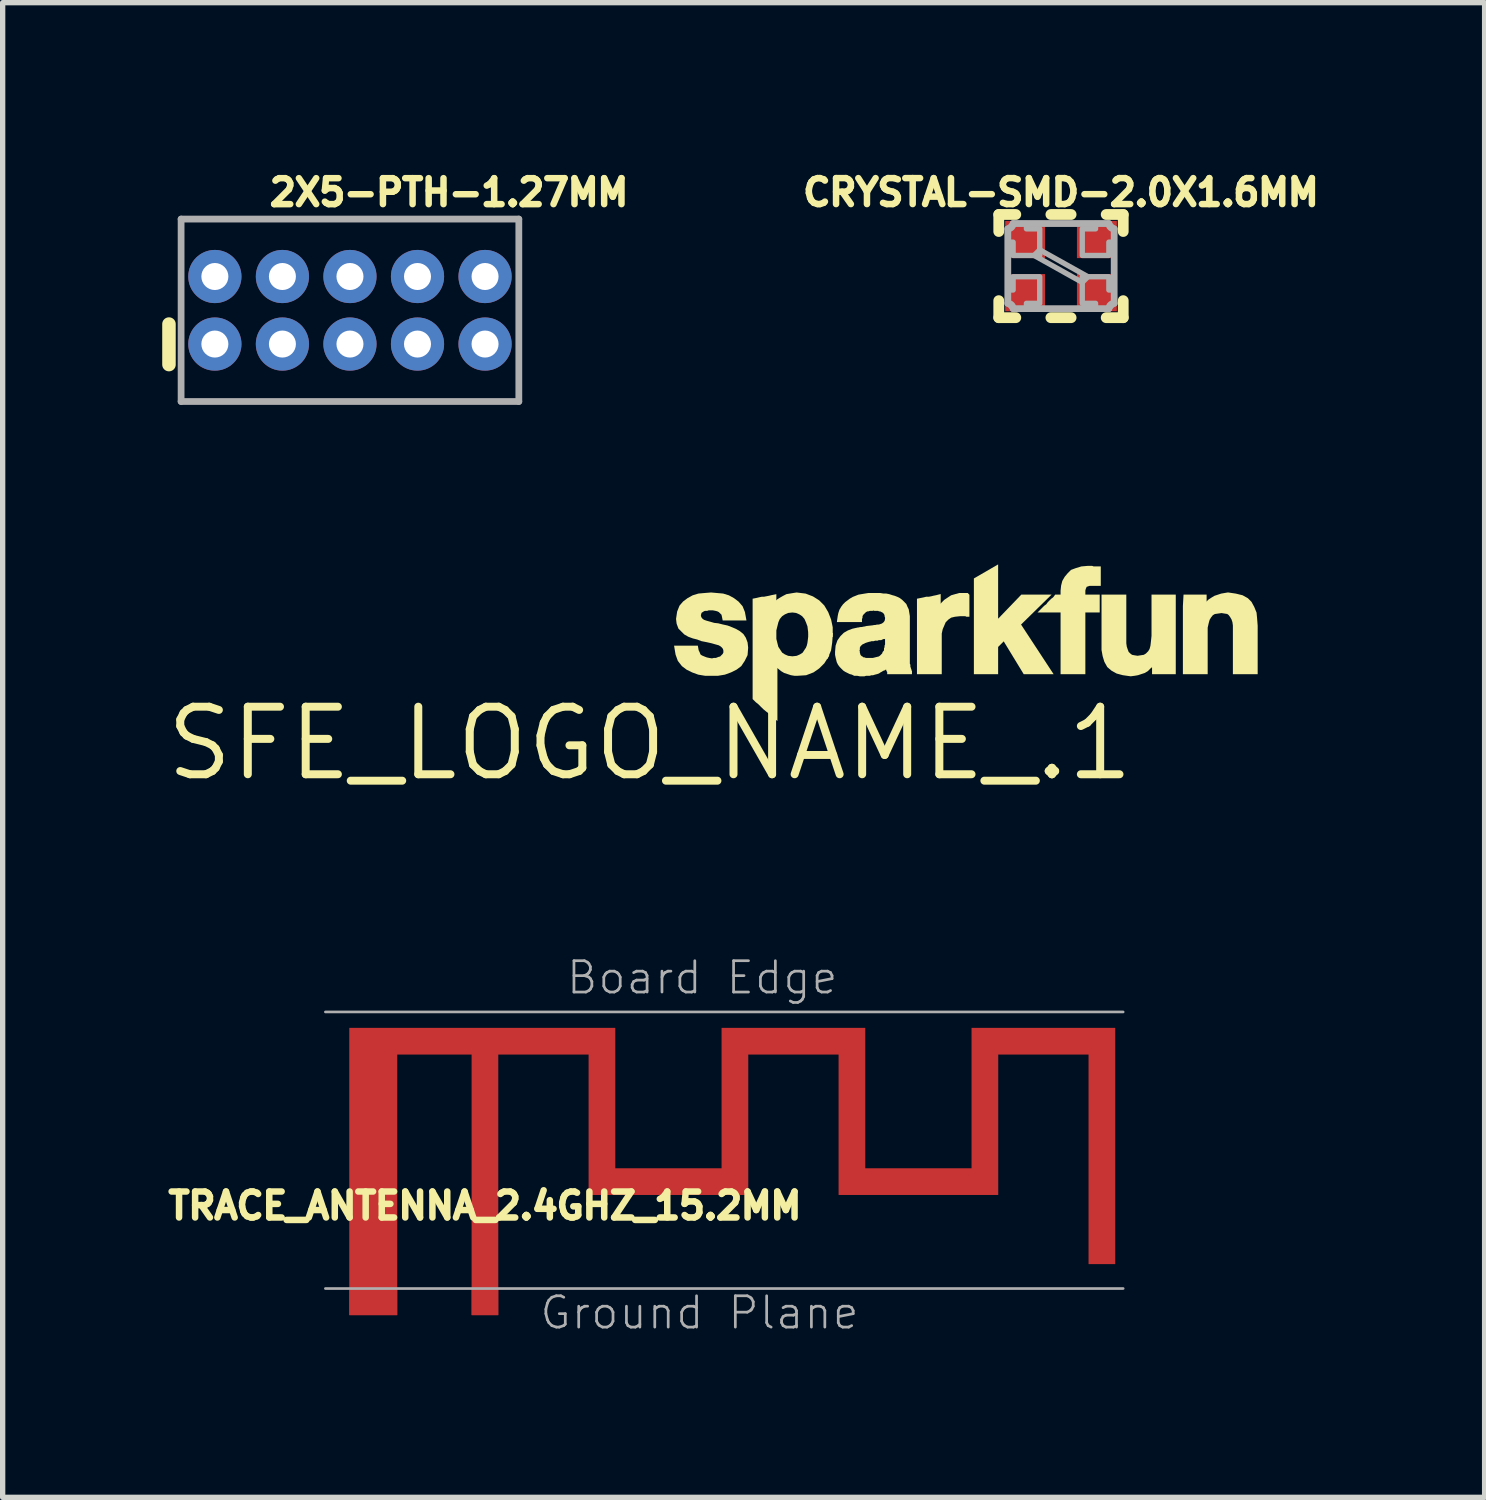
<source format=kicad_pcb>
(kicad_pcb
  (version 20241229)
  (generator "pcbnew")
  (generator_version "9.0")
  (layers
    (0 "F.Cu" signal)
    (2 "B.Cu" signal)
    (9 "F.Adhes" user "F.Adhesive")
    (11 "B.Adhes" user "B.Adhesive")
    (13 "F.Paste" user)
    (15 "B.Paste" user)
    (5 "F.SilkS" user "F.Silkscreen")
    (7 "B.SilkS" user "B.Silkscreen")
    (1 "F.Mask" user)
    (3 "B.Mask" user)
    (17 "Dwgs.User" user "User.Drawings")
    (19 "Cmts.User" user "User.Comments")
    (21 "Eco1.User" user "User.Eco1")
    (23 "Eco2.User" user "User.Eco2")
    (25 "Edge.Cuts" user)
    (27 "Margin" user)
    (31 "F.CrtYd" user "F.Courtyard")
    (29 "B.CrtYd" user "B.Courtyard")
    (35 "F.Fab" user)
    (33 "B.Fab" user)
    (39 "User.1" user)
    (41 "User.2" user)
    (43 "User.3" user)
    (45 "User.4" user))
  (footprint "TRACE_ANTENNA_2.4GHZ_15.2MM"
    (layer "F.Cu")
    (at 6.068 21.177)
    (property "Reference" "TRACE_ANTENNA_2.4GHZ_15.2MM" (at 0 -1.27 0) (layer "F.SilkS") (effects (font (size 0.488 0.488) (thickness 0.122)) (justify bottom)))
    (fp_poly (pts (xy 2.451 -2.261) (xy 4.449 -2.261) (xy 4.449 -4.901) (xy 7.151 -4.901) (xy 7.151 -2.261) (xy 9.149 -2.261) (xy 9.149 -4.901) (xy 11.851 -4.901) (xy 11.851 -0.459) (xy 11.349 -0.459) (xy 11.349 -4.399) (xy 9.651 -4.399) (xy 9.651 -1.759) (xy 6.649 -1.759) (xy 6.649 -4.399) (xy 4.951 -4.399) (xy 4.951 -1.759) (xy 1.949 -1.759) (xy 1.949 -4.399) (xy 0.251 -4.399) (xy 0.251 0.501) (xy -0.251 0.501) (xy -0.251 -4.399) (xy -1.649 -4.399) (xy -1.649 0.501) (xy -2.551 0.501) (xy -2.551 -4.901) (xy 2.451 -4.901)) (stroke (width 0) (type default)) (fill yes) (layer "F.Cu"))
    (fp_line (start -3 -5.2) (end 12 -5.2) (stroke (width 0.05) (type solid)) (layer "F.Fab"))
    (fp_line (start -3 0) (end 12 0) (stroke (width 0.05) (type solid)) (layer "F.Fab"))
    (fp_text user "Board Edge" (at 1.5 -5.5 0) (layer "F.Fab") (effects (font (size 0.589 0.589) (thickness 0.051)) (justify left bottom)))
    (fp_text user "Ground Plane" (at 1 0.8 0) (layer "F.Fab") (effects (font (size 0.589 0.589) (thickness 0.051)) (justify left bottom)))
    (pad "ANT" smd rect (at 0 0.25) (size 0.5 0.5) (layers "F.Cu"))
    (pad "GND" smd rect (at -2.1 0.25) (size 0.9 0.5) (layers "F.Cu")))
  (footprint "CRYSTAL-SMD-2.0X1.6MM"
    (layer "F.Cu")
    (at 16.899 1.953)
    (property "Reference" "CRYSTAL-SMD-2.0X1.6MM" (at 0 -1.1 0) (layer "F.SilkS") (effects (font (size 0.488 0.488) (thickness 0.122)) (justify bottom)))
    (fp_line (start -1.17 -0.65) (end -1.17 -0.97) (stroke (width 0.203) (type solid)) (layer "F.SilkS"))
    (fp_line (start -1.17 0.65) (end -1.17 0.97) (stroke (width 0.203) (type solid)) (layer "F.SilkS"))
    (fp_line (start -0.85 -0.97) (end -1.17 -0.97) (stroke (width 0.203) (type solid)) (layer "F.SilkS"))
    (fp_line (start -0.85 0.97) (end -1.17 0.97) (stroke (width 0.203) (type solid)) (layer "F.SilkS"))
    (fp_line (start -0.19 0.97) (end 0.19 0.97) (stroke (width 0.203) (type solid)) (layer "F.SilkS"))
    (fp_line (start 0.19 -0.97) (end -0.19 -0.97) (stroke (width 0.203) (type solid)) (layer "F.SilkS"))
    (fp_line (start 0.85 -0.97) (end 1.17 -0.97) (stroke (width 0.203) (type solid)) (layer "F.SilkS"))
    (fp_line (start 0.85 0.97) (end 1.17 0.97) (stroke (width 0.203) (type solid)) (layer "F.SilkS"))
    (fp_line (start 1.17 -0.65) (end 1.17 -0.97) (stroke (width 0.203) (type solid)) (layer "F.SilkS"))
    (fp_line (start 1.17 0.65) (end 1.17 0.97) (stroke (width 0.203) (type solid)) (layer "F.SilkS"))
    (fp_line (start -1 -0.7) (end -1 0.7) (stroke (width 0.127) (type solid)) (layer "F.Fab"))
    (fp_line (start -0.9 0.8) (end 0.9 0.8) (stroke (width 0.127) (type solid)) (layer "F.Fab"))
    (fp_line (start 0.9 -0.8) (end -0.9 -0.8) (stroke (width 0.127) (type solid)) (layer "F.Fab"))
    (fp_line (start 1 0.7) (end 1 -0.7) (stroke (width 0.127) (type solid)) (layer "F.Fab"))
    (fp_arc (start -1 0.7) (mid -0.929289 0.729289) (end -0.9 0.8) (stroke (width 0.127) (type solid)) (layer "F.Fab"))
    (fp_arc (start -0.9 -0.8) (mid -0.929289 -0.729289) (end -1 -0.7) (stroke (width 0.127) (type solid)) (layer "F.Fab"))
    (fp_arc (start 0.9 0.8) (mid 0.929289 0.729289) (end 1 0.7) (stroke (width 0.127) (type solid)) (layer "F.Fab"))
    (fp_arc (start 1 -0.7) (mid 0.929289 -0.729289) (end 0.9 -0.8) (stroke (width 0.127) (type solid)) (layer "F.Fab"))
    (fp_poly (pts (xy 0.506 0.2) (xy 0.4 0.306) (xy -0.506 -0.2) (xy -0.4 -0.306)) (stroke (width 0.1) (type default)) (fill no) (layer "F.Fab"))
    (fp_poly (pts (xy -0.65 -0.7) (xy -0.4 -0.7) (xy -0.4 -0.2) (xy -0.9 -0.2) (xy -0.9 -0.45) (xy -1 -0.45) (xy -1 -0.7) (xy -0.9 -0.8) (xy -0.65 -0.8)) (stroke (width 0.1) (type default)) (fill no) (layer "F.Fab"))
    (fp_poly (pts (xy -0.4 0.7) (xy -0.65 0.7) (xy -0.65 0.8) (xy -0.9 0.8) (xy -1 0.7) (xy -1 0.45) (xy -0.9 0.45) (xy -0.9 0.2) (xy -0.4 0.2)) (stroke (width 0.1) (type default)) (fill no) (layer "F.Fab"))
    (fp_poly (pts (xy 0.9 0.45) (xy 1 0.45) (xy 1 0.7) (xy 0.9 0.8) (xy 0.65 0.8) (xy 0.65 0.7) (xy 0.4 0.7) (xy 0.4 0.2) (xy 0.9 0.2)) (stroke (width 0.1) (type default)) (fill no) (layer "F.Fab"))
    (fp_poly (pts (xy 1 -0.7) (xy 1 -0.45) (xy 0.9 -0.45) (xy 0.9 -0.2) (xy 0.4 -0.2) (xy 0.4 -0.7) (xy 0.65 -0.7) (xy 0.65 -0.8) (xy 0.9 -0.8)) (stroke (width 0.1) (type default)) (fill no) (layer "F.Fab"))
    (pad "1" smd rect (at -0.675 0.5) (size 0.75 0.7) (layers "F.Cu" "F.Mask" "F.Paste"))
    (pad "2" smd rect (at 0.675 0.5 180) (size 0.75 0.7) (layers "F.Cu" "F.Mask" "F.Paste"))
    (pad "3" smd rect (at 0.675 -0.5 180) (size 0.75 0.7) (layers "F.Cu" "F.Mask" "F.Paste"))
    (pad "4" smd rect (at -0.675 -0.5) (size 0.75 0.7) (layers "F.Cu" "F.Mask" "F.Paste")))
  (footprint "2X5-PTH-1.27MM"
    (layer "F.Cu")
    (at 3.53 2.784)
    (property "Reference" "2X5-PTH-1.27MM" (at -1.575 -1.93 0) (layer "F.SilkS") (effects (font (size 0.488 0.488) (thickness 0.122)) (justify left bottom)))
    (fp_line (start -3.403 1.021) (end -3.403 0.259) (stroke (width 0.254) (type solid)) (layer "F.SilkS"))
    (fp_line (start -3.175 -1.715) (end -3.175 1.715) (stroke (width 0.127) (type solid)) (layer "F.Fab"))
    (fp_line (start -3.175 1.715) (end 3.175 1.715) (stroke (width 0.127) (type solid)) (layer "F.Fab"))
    (fp_line (start 3.175 -1.715) (end -3.175 -1.715) (stroke (width 0.127) (type solid)) (layer "F.Fab"))
    (fp_line (start 3.175 1.715) (end 3.175 -1.715) (stroke (width 0.127) (type solid)) (layer "F.Fab"))
    (pad "1" thru_hole circle (at -2.54 0.635) (size 1 1) (drill 0.508) (layers "*.Cu" "*.Mask"))
    (pad "2" thru_hole circle (at -2.54 -0.635) (size 1 1) (drill 0.508) (layers "*.Cu" "*.Mask"))
    (pad "3" thru_hole circle (at -1.27 0.635) (size 1 1) (drill 0.508) (layers "*.Cu" "*.Mask"))
    (pad "4" thru_hole circle (at -1.27 -0.635) (size 1 1) (drill 0.508) (layers "*.Cu" "*.Mask"))
    (pad "5" thru_hole circle (at 0 0.635) (size 1 1) (drill 0.508) (layers "*.Cu" "*.Mask"))
    (pad "6" thru_hole circle (at 0 -0.635) (size 1 1) (drill 0.508) (layers "*.Cu" "*.Mask"))
    (pad "7" thru_hole circle (at 1.27 0.635) (size 1 1) (drill 0.508) (layers "*.Cu" "*.Mask"))
    (pad "8" thru_hole circle (at 1.27 -0.635) (size 1 1) (drill 0.508) (layers "*.Cu" "*.Mask"))
    (pad "9" thru_hole circle (at 2.54 0.635) (size 1 1) (drill 0.508) (layers "*.Cu" "*.Mask"))
    (pad "10" thru_hole circle (at 2.54 -0.635) (size 1 1) (drill 0.508) (layers "*.Cu" "*.Mask")))
  (footprint "SFE_LOGO_NAME_.1"
    (layer "F.Cu")
    (at 9.169 10.928)
    (property "Reference" "SFE_LOGO_NAME_.1" (at 0 0 0) (layer "F.SilkS") (effects (font (size 1.27 1.27) (thickness 0.15))))
    (fp_poly (pts (xy 3.441 -2.077) (xy 3.428 -1.896) (xy 3.407 -1.75) (xy 3.34 -1.589) (xy 2.935 -1.779) (xy 2.962 -1.887) (xy 2.972 -1.964) (xy 2.986 -2.089)) (stroke (width 0) (type default)) (fill yes) (layer "F.SilkS"))
    (fp_poly (pts (xy 6.548 -2.345) (xy 6.984 -2.798) (xy 7.553 -2.798) (xy 6.979 -2.235) (xy 7.591 -1.302) (xy 7.029 -1.302) (xy 6.653 -1.919) (xy 6.548 -1.814) (xy 6.548 -1.302) (xy 6.092 -1.302) (xy 6.092 -3.102) (xy 6.548 -3.366)) (stroke (width 0) (type default)) (fill yes) (layer "F.SilkS"))
    (fp_poly (pts (xy 4.333 -1.959) (xy 4.279 -1.932) (xy 4.236 -1.932) (xy 4.206 -1.922) (xy 4.166 -1.922) (xy 4.136 -1.912) (xy 4.119 -1.912) (xy 4.099 -1.902) (xy 4.044 -1.902) (xy 3.939 -2.178) (xy 4.074 -2.208) (xy 4.166 -2.218) (xy 4.281 -2.232)) (stroke (width 0) (type default)) (fill yes) (layer "F.SilkS"))
    (fp_poly (pts (xy 6.008 -2.796) (xy 6.008 -2.382) (xy 5.951 -2.382) (xy 5.931 -2.392) (xy 5.832 -2.392) (xy 5.737 -2.382) (xy 5.666 -2.365) (xy 5.614 -2.33) (xy 5.562 -2.278) (xy 5.535 -2.215) (xy 5.506 -2.148) (xy 5.488 -2.066) (xy 5.488 -1.302) (xy 5.022 -1.302) (xy 5.022 -2.721) (xy 5.103 -2.737) (xy 5.152 -2.747) (xy 5.195 -2.758) (xy 5.246 -2.758) (xy 5.292 -2.767) (xy 5.332 -2.777) (xy 5.382 -2.787) (xy 5.468 -2.809) (xy 5.468 -2.626) (xy 5.48 -2.644) (xy 5.536 -2.7) (xy 5.599 -2.742) (xy 5.664 -2.785) (xy 5.74 -2.807) (xy 5.815 -2.828) (xy 5.976 -2.828)) (stroke (width 0) (type default)) (fill yes) (layer "F.SilkS"))
    (fp_poly (pts (xy 8.346 -3.328) (xy 8.478 -3.328) (xy 8.478 -2.962) (xy 8.266 -2.962) (xy 8.215 -2.945) (xy 8.211 -2.943) (xy 8.205 -2.925) (xy 8.196 -2.907) (xy 8.188 -2.875) (xy 8.188 -2.798) (xy 8.458 -2.798) (xy 8.458 -2.462) (xy 8.188 -2.462) (xy 8.188 -1.302) (xy 7.722 -1.302) (xy 7.722 -2.462) (xy 7.288 -2.462) (xy 7.383 -2.557) (xy 7.415 -2.589) (xy 7.453 -2.617) (xy 7.481 -2.655) (xy 7.513 -2.687) (xy 7.545 -2.719) (xy 7.583 -2.747) (xy 7.621 -2.798) (xy 7.722 -2.798) (xy 7.722 -2.872) (xy 7.732 -2.967) (xy 7.754 -3.054) (xy 7.799 -3.132) (xy 7.852 -3.196) (xy 7.919 -3.263) (xy 8.008 -3.296) (xy 8.113 -3.328) (xy 8.228 -3.338) (xy 8.316 -3.338)) (stroke (width 0) (type default)) (fill yes) (layer "F.SilkS"))
    (fp_poly (pts (xy 8.958 -1.883) (xy 8.967 -1.819) (xy 8.986 -1.763) (xy 9.002 -1.721) (xy 9.035 -1.689) (xy 9.066 -1.666) (xy 9.106 -1.658) (xy 9.17 -1.648) (xy 9.234 -1.658) (xy 9.287 -1.666) (xy 9.326 -1.69) (xy 9.37 -1.734) (xy 9.395 -1.775) (xy 9.412 -1.837) (xy 9.422 -1.924) (xy 9.432 -2.022) (xy 9.432 -2.798) (xy 9.888 -2.798) (xy 9.888 -1.302) (xy 9.442 -1.302) (xy 9.442 -1.433) (xy 9.415 -1.412) (xy 9.364 -1.36) (xy 9.306 -1.325) (xy 9.242 -1.304) (xy 9.179 -1.283) (xy 9.116 -1.272) (xy 9.04 -1.262) (xy 8.892 -1.283) (xy 8.776 -1.314) (xy 8.678 -1.369) (xy 8.6 -1.436) (xy 8.545 -1.535) (xy 8.513 -1.641) (xy 8.492 -1.757) (xy 8.492 -2.798) (xy 8.958 -2.798)) (stroke (width 0) (type default)) (fill yes) (layer "F.SilkS"))
    (fp_poly (pts (xy 11.017 -2.817) (xy 11.144 -2.786) (xy 11.243 -2.731) (xy 11.311 -2.663) (xy 11.364 -2.566) (xy 11.407 -2.459) (xy 11.418 -2.343) (xy 11.428 -2.211) (xy 11.428 -1.302) (xy 10.962 -1.302) (xy 10.962 -2.217) (xy 10.953 -2.281) (xy 10.935 -2.334) (xy 10.908 -2.379) (xy 10.883 -2.413) (xy 10.855 -2.434) (xy 10.804 -2.442) (xy 10.75 -2.451) (xy 10.685 -2.442) (xy 10.623 -2.433) (xy 10.585 -2.411) (xy 10.551 -2.368) (xy 10.525 -2.325) (xy 10.507 -2.261) (xy 10.488 -2.176) (xy 10.488 -1.302) (xy 10.022 -1.302) (xy 10.022 -2.581) (xy 10.034 -2.798) (xy 10.468 -2.798) (xy 10.468 -2.666) (xy 10.494 -2.698) (xy 10.56 -2.742) (xy 10.614 -2.775) (xy 10.678 -2.796) (xy 10.741 -2.817) (xy 10.804 -2.828) (xy 10.87 -2.839)) (stroke (width 0) (type default)) (fill yes) (layer "F.SilkS"))
    (fp_poly (pts (xy 2.929 -2.817) (xy 3.067 -2.764) (xy 3.184 -2.69) (xy 3.28 -2.593) (xy 3.354 -2.467) (xy 3.407 -2.331) (xy 3.438 -2.184) (xy 3.438 -2.001) (xy 2.986 -2.013) (xy 2.972 -2.125) (xy 2.963 -2.201) (xy 2.935 -2.276) (xy 2.907 -2.34) (xy 2.864 -2.391) (xy 2.812 -2.426) (xy 2.75 -2.453) (xy 2.68 -2.462) (xy 2.6 -2.453) (xy 2.538 -2.426) (xy 2.486 -2.391) (xy 2.443 -2.34) (xy 2.416 -2.278) (xy 2.378 -2.125) (xy 2.378 -1.965) (xy 2.397 -1.889) (xy 2.415 -1.816) (xy 2.452 -1.761) (xy 2.487 -1.707) (xy 2.538 -1.674) (xy 2.6 -1.647) (xy 2.68 -1.638) (xy 2.76 -1.647) (xy 2.822 -1.674) (xy 2.873 -1.707) (xy 2.908 -1.761) (xy 2.967 -1.848) (xy 3.375 -1.656) (xy 3.28 -1.506) (xy 3.185 -1.411) (xy 3.078 -1.336) (xy 2.938 -1.282) (xy 2.781 -1.272) (xy 2.717 -1.272) (xy 2.651 -1.283) (xy 2.588 -1.304) (xy 2.524 -1.325) (xy 2.468 -1.359) (xy 2.415 -1.402) (xy 2.398 -1.418) (xy 2.398 -0.421) (xy 2.285 -0.512) (xy 2.235 -0.562) (xy 2.186 -0.6) (xy 2.135 -0.642) (xy 2.083 -0.693) (xy 2.045 -0.732) (xy 1.995 -0.772) (xy 1.932 -0.834) (xy 1.932 -2.721) (xy 2.012 -2.737) (xy 2.052 -2.747) (xy 2.106 -2.758) (xy 2.146 -2.758) (xy 2.242 -2.777) (xy 2.282 -2.787) (xy 2.378 -2.806) (xy 2.378 -2.689) (xy 2.395 -2.709) (xy 2.45 -2.743) (xy 2.502 -2.773) (xy 2.568 -2.807) (xy 2.634 -2.818) (xy 2.694 -2.828) (xy 2.759 -2.838)) (stroke (width 0) (type default)) (fill yes) (layer "F.SilkS"))
    (fp_poly (pts (xy 1.263 -2.828) (xy 1.377 -2.818) (xy 1.485 -2.785) (xy 1.581 -2.732) (xy 1.666 -2.668) (xy 1.743 -2.58) (xy 1.787 -2.471) (xy 1.816 -2.312) (xy 1.369 -2.312) (xy 1.353 -2.392) (xy 1.346 -2.421) (xy 1.323 -2.443) (xy 1.297 -2.469) (xy 1.267 -2.484) (xy 1.232 -2.493) (xy 1.186 -2.502) (xy 1.106 -2.502) (xy 1.076 -2.492) (xy 1.036 -2.492) (xy 1.017 -2.485) (xy 0.991 -2.468) (xy 0.972 -2.456) (xy 0.967 -2.439) (xy 0.959 -2.409) (xy 0.966 -2.376) (xy 0.987 -2.347) (xy 1.018 -2.324) (xy 1.071 -2.306) (xy 1.14 -2.287) (xy 1.208 -2.267) (xy 1.287 -2.258) (xy 1.369 -2.237) (xy 1.461 -2.217) (xy 1.544 -2.185) (xy 1.617 -2.154) (xy 1.692 -2.111) (xy 1.759 -2.056) (xy 1.804 -1.987) (xy 1.837 -1.899) (xy 1.848 -1.801) (xy 1.837 -1.66) (xy 1.783 -1.551) (xy 1.718 -1.453) (xy 1.63 -1.387) (xy 1.525 -1.335) (xy 1.41 -1.293) (xy 1.283 -1.272) (xy 1.037 -1.272) (xy 0.91 -1.293) (xy 0.795 -1.335) (xy 0.69 -1.387) (xy 0.603 -1.453) (xy 0.526 -1.551) (xy 0.483 -1.67) (xy 0.455 -1.838) (xy 0.902 -1.838) (xy 0.917 -1.752) (xy 0.935 -1.716) (xy 0.951 -1.674) (xy 0.979 -1.654) (xy 1.024 -1.635) (xy 1.071 -1.617) (xy 1.117 -1.607) (xy 1.168 -1.599) (xy 1.205 -1.608) (xy 1.243 -1.608) (xy 1.288 -1.626) (xy 1.321 -1.634) (xy 1.369 -1.683) (xy 1.382 -1.709) (xy 1.382 -1.745) (xy 1.375 -1.774) (xy 1.36 -1.796) (xy 1.336 -1.82) (xy 1.295 -1.845) (xy 1.23 -1.863) (xy 1.161 -1.883) (xy 1.072 -1.903) (xy 0.97 -1.923) (xy 0.889 -1.954) (xy 0.809 -1.974) (xy 0.724 -2.005) (xy 0.647 -2.049) (xy 0.593 -2.103) (xy 0.537 -2.159) (xy 0.503 -2.251) (xy 0.492 -2.341) (xy 0.513 -2.48) (xy 0.557 -2.59) (xy 0.624 -2.668) (xy 0.709 -2.732) (xy 0.805 -2.785) (xy 0.913 -2.818) (xy 1.027 -2.828) (xy 1.15 -2.838)) (stroke (width 0) (type default)) (fill yes) (layer "F.SilkS"))
    (fp_poly (pts (xy 4.393 -2.818) (xy 4.444 -2.818) (xy 4.5 -2.807) (xy 4.561 -2.787) (xy 4.602 -2.776) (xy 4.656 -2.755) (xy 4.7 -2.733) (xy 4.745 -2.699) (xy 4.787 -2.657) (xy 4.822 -2.621) (xy 4.845 -2.566) (xy 4.867 -2.522) (xy 4.878 -2.456) (xy 4.888 -2.393) (xy 4.888 -1.499) (xy 4.898 -1.479) (xy 4.898 -1.439) (xy 4.908 -1.419) (xy 4.908 -1.409) (xy 4.918 -1.389) (xy 4.918 -1.379) (xy 4.928 -1.359) (xy 4.928 -1.302) (xy 4.462 -1.302) (xy 4.462 -1.344) (xy 4.452 -1.354) (xy 4.452 -1.364) (xy 4.442 -1.374) (xy 4.442 -1.392) (xy 4.417 -1.375) (xy 4.387 -1.365) (xy 4.359 -1.347) (xy 4.339 -1.337) (xy 4.307 -1.315) (xy 4.271 -1.303) (xy 4.231 -1.293) (xy 4.196 -1.282) (xy 4.166 -1.282) (xy 4.136 -1.272) (xy 4.066 -1.272) (xy 4.036 -1.262) (xy 3.946 -1.262) (xy 3.896 -1.272) (xy 3.841 -1.272) (xy 3.797 -1.294) (xy 3.757 -1.304) (xy 3.713 -1.326) (xy 3.671 -1.347) (xy 3.636 -1.37) (xy 3.603 -1.403) (xy 3.571 -1.435) (xy 3.537 -1.48) (xy 3.514 -1.527) (xy 3.503 -1.571) (xy 3.493 -1.612) (xy 3.482 -1.666) (xy 3.482 -1.722) (xy 3.492 -1.838) (xy 3.526 -1.937) (xy 3.581 -2.015) (xy 3.647 -2.081) (xy 3.724 -2.125) (xy 3.809 -2.157) (xy 3.903 -2.178) (xy 4.015 -2.192) (xy 4.118 -1.921) (xy 3.993 -1.859) (xy 3.961 -1.827) (xy 3.948 -1.801) (xy 3.948 -1.764) (xy 3.941 -1.743) (xy 3.948 -1.729) (xy 3.948 -1.706) (xy 3.958 -1.676) (xy 3.958 -1.669) (xy 3.961 -1.663) (xy 3.983 -1.641) (xy 4.003 -1.631) (xy 4.013 -1.621) (xy 4.019 -1.618) (xy 4.039 -1.618) (xy 4.059 -1.608) (xy 4.195 -1.608) (xy 4.271 -1.627) (xy 4.304 -1.635) (xy 4.326 -1.65) (xy 4.367 -1.691) (xy 4.377 -1.721) (xy 4.397 -1.741) (xy 4.402 -1.756) (xy 4.402 -1.789) (xy 4.412 -1.809) (xy 4.412 -1.839) (xy 4.422 -1.859) (xy 4.422 -1.968) (xy 4.416 -1.962) (xy 4.389 -1.962) (xy 4.377 -1.956) (xy 4.349 -1.942) (xy 4.258 -1.942) (xy 4.205 -2.222) (xy 4.311 -2.237) (xy 4.362 -2.254) (xy 4.393 -2.277) (xy 4.414 -2.306) (xy 4.422 -2.344) (xy 4.422 -2.364) (xy 4.412 -2.394) (xy 4.412 -2.411) (xy 4.399 -2.437) (xy 4.377 -2.459) (xy 4.331 -2.482) (xy 4.311 -2.482) (xy 4.291 -2.492) (xy 4.221 -2.492) (xy 4.207 -2.499) (xy 4.186 -2.492) (xy 4.136 -2.492) (xy 4.106 -2.482) (xy 4.089 -2.482) (xy 4.063 -2.469) (xy 4.011 -2.417) (xy 3.998 -2.391) (xy 3.998 -2.361) (xy 3.988 -2.341) (xy 3.988 -2.282) (xy 3.516 -2.282) (xy 3.532 -2.396) (xy 3.543 -2.45) (xy 3.565 -2.516) (xy 3.598 -2.571) (xy 3.631 -2.615) (xy 3.675 -2.659) (xy 3.717 -2.69) (xy 3.759 -2.722) (xy 3.813 -2.754) (xy 3.866 -2.775) (xy 3.92 -2.797) (xy 4.044 -2.818) (xy 4.107 -2.828) (xy 4.333 -2.828)) (stroke (width 0) (type default)) (fill yes) (layer "F.SilkS")))
  (gr_rect
    (start -3 -3)
    (end 24.864 25.103)
    (stroke (width 0.1) (type default))
    (fill no)
    (layer "Edge.Cuts")))
</source>
